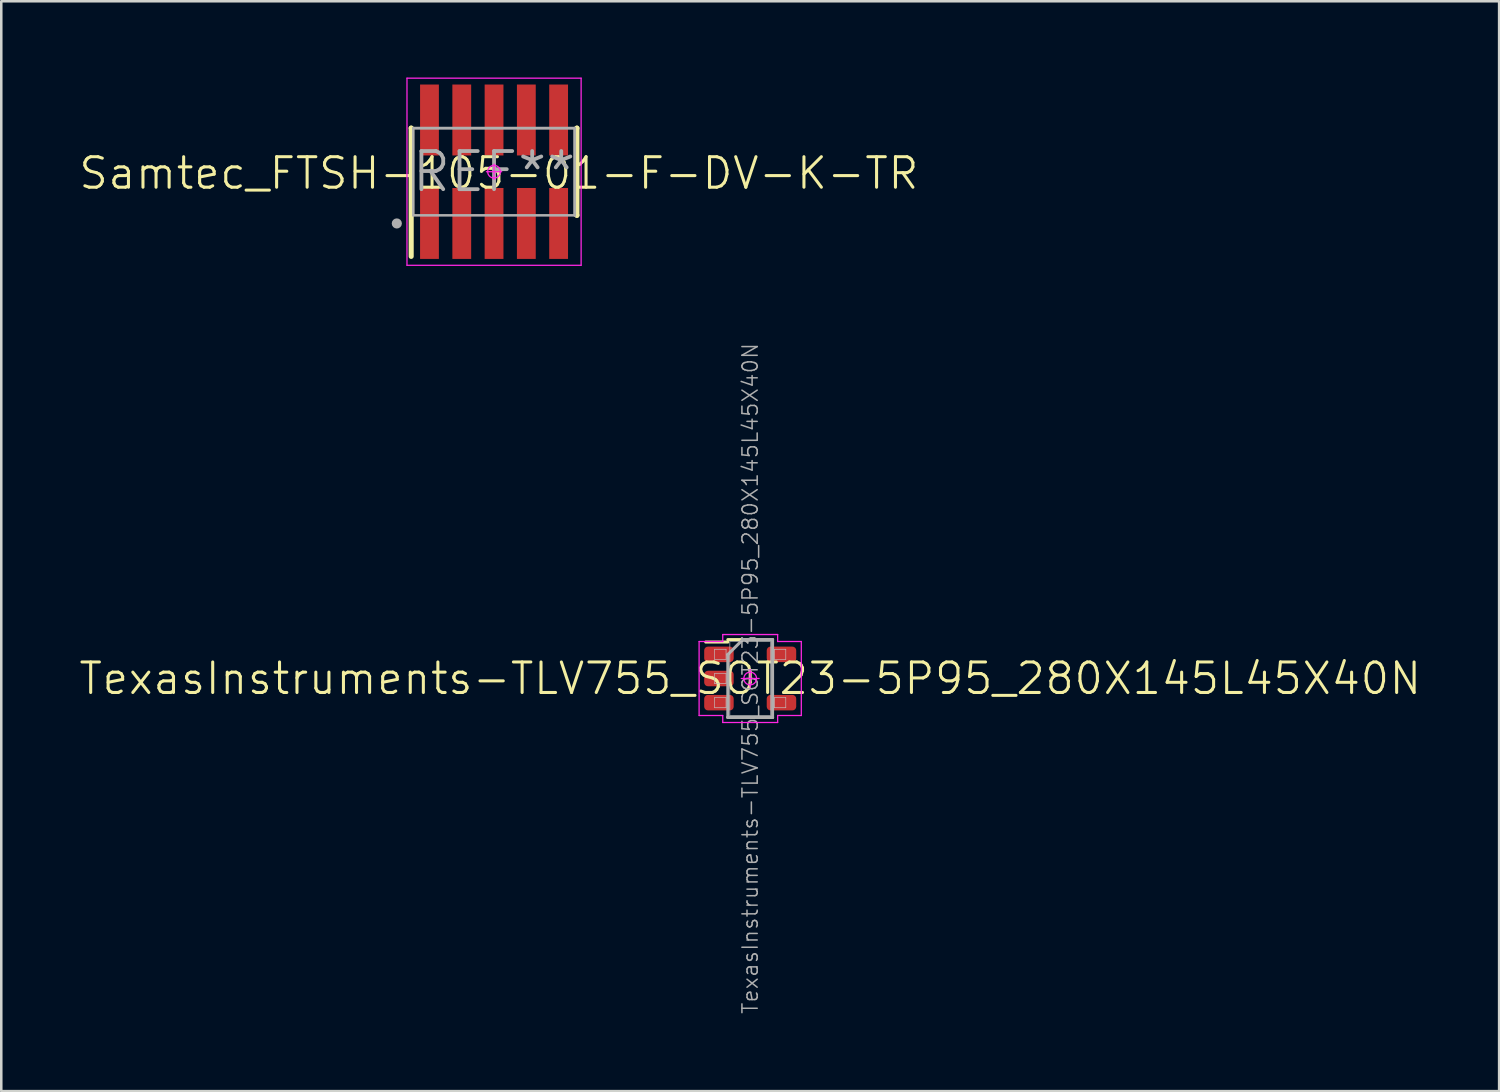
<source format=kicad_pcb>
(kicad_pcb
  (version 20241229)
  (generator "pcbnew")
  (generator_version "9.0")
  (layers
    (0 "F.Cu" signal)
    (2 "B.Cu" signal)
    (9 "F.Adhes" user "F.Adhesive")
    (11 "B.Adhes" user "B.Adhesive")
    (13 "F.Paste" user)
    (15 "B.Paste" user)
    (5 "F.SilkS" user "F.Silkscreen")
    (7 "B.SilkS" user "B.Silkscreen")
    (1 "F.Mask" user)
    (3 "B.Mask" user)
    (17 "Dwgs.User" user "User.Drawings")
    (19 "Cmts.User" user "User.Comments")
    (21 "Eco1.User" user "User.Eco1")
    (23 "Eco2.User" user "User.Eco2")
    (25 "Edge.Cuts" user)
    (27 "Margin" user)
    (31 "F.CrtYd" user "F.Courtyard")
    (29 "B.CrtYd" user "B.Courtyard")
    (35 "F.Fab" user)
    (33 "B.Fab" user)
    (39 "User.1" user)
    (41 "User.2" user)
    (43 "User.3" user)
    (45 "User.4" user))
  (footprint "TexasInstruments-TLV755_SOT23-5P95_280X145L45X40N"
    (layer "F.Cu")
    (at 26.46 23.64)
    (property "Reference" "TexasInstruments-TLV755_SOT23-5P95_280X145L45X40N" (at 0 0 0) (layer "F.SilkS") (effects (font (size 1.2 1.2) (thickness 0.12))))
    (attr smd)
    (fp_line (start -0.88 -1.53) (end 0.88 -1.53) (stroke (width 0.12) (type solid)) (layer "F.SilkS"))
    (fp_line (start -0.88 -1.435) (end -1.75 -1.435) (stroke (width 0.12) (type solid)) (layer "F.SilkS"))
    (fp_line (start -0.88 1.53) (end 0.88 1.53) (stroke (width 0.12) (type solid)) (layer "F.SilkS"))
    (fp_line (start -1.4 -1.15) (end -0.95 -1.15) (stroke (width 0.025) (type solid)) (layer "Dwgs.User"))
    (fp_line (start -1.4 -0.75) (end -1.4 -1.15) (stroke (width 0.025) (type solid)) (layer "Dwgs.User"))
    (fp_line (start -1.4 -0.2) (end -0.95 -0.2) (stroke (width 0.025) (type solid)) (layer "Dwgs.User"))
    (fp_line (start -1.4 0.2) (end -1.4 -0.2) (stroke (width 0.025) (type solid)) (layer "Dwgs.User"))
    (fp_line (start -1.4 0.75) (end -0.95 0.75) (stroke (width 0.025) (type solid)) (layer "Dwgs.User"))
    (fp_line (start -1.4 1.15) (end -1.4 0.75) (stroke (width 0.025) (type solid)) (layer "Dwgs.User"))
    (fp_line (start -0.95 -1.15) (end -0.95 -0.75) (stroke (width 0.025) (type solid)) (layer "Dwgs.User"))
    (fp_line (start -0.95 -0.75) (end -1.4 -0.75) (stroke (width 0.025) (type solid)) (layer "Dwgs.User"))
    (fp_line (start -0.95 -0.2) (end -0.95 0.2) (stroke (width 0.025) (type solid)) (layer "Dwgs.User"))
    (fp_line (start -0.95 0.2) (end -1.4 0.2) (stroke (width 0.025) (type solid)) (layer "Dwgs.User"))
    (fp_line (start -0.95 0.75) (end -0.95 1.15) (stroke (width 0.025) (type solid)) (layer "Dwgs.User"))
    (fp_line (start -0.95 1.15) (end -1.4 1.15) (stroke (width 0.025) (type solid)) (layer "Dwgs.User"))
    (fp_line (start -0.8 -1.45) (end 0.8 -1.45) (stroke (width 0.025) (type solid)) (layer "Dwgs.User"))
    (fp_line (start -0.8 1.45) (end -0.8 -1.45) (stroke (width 0.025) (type solid)) (layer "Dwgs.User"))
    (fp_line (start 0.8 -1.45) (end 0.8 1.45) (stroke (width 0.025) (type solid)) (layer "Dwgs.User"))
    (fp_line (start 0.8 1.45) (end -0.8 1.45) (stroke (width 0.025) (type solid)) (layer "Dwgs.User"))
    (fp_line (start 0.95 -1.15) (end 1.4 -1.15) (stroke (width 0.025) (type solid)) (layer "Dwgs.User"))
    (fp_line (start 0.95 -0.75) (end 0.95 -1.15) (stroke (width 0.025) (type solid)) (layer "Dwgs.User"))
    (fp_line (start 0.95 0.75) (end 1.4 0.75) (stroke (width 0.025) (type solid)) (layer "Dwgs.User"))
    (fp_line (start 0.95 1.15) (end 0.95 0.75) (stroke (width 0.025) (type solid)) (layer "Dwgs.User"))
    (fp_line (start 1.4 -1.15) (end 1.4 -0.75) (stroke (width 0.025) (type solid)) (layer "Dwgs.User"))
    (fp_line (start 1.4 -0.75) (end 0.95 -0.75) (stroke (width 0.025) (type solid)) (layer "Dwgs.User"))
    (fp_line (start 1.4 0.75) (end 1.4 1.15) (stroke (width 0.025) (type solid)) (layer "Dwgs.User"))
    (fp_line (start 1.4 1.15) (end 0.95 1.15) (stroke (width 0.025) (type solid)) (layer "Dwgs.User"))
    (fp_line (start -2.01 -1.455) (end -2.01 1.455) (stroke (width 0.05) (type solid)) (layer "F.CrtYd"))
    (fp_line (start -2.01 1.455) (end -1.08 1.455) (stroke (width 0.05) (type solid)) (layer "F.CrtYd"))
    (fp_line (start -1.08 -1.73) (end -1.08 -1.455) (stroke (width 0.05) (type solid)) (layer "F.CrtYd"))
    (fp_line (start -1.08 -1.455) (end -2.01 -1.455) (stroke (width 0.05) (type solid)) (layer "F.CrtYd"))
    (fp_line (start -1.08 1.455) (end -1.08 1.73) (stroke (width 0.05) (type solid)) (layer "F.CrtYd"))
    (fp_line (start -1.08 1.73) (end 1.08 1.73) (stroke (width 0.05) (type solid)) (layer "F.CrtYd"))
    (fp_line (start 0 -0.35) (end 0 0.35) (stroke (width 0.05) (type solid)) (layer "F.CrtYd"))
    (fp_line (start 0.35 0) (end -0.35 0) (stroke (width 0.05) (type solid)) (layer "F.CrtYd"))
    (fp_line (start 1.08 -1.73) (end -1.08 -1.73) (stroke (width 0.05) (type solid)) (layer "F.CrtYd"))
    (fp_line (start 1.08 -1.455) (end 1.08 -1.73) (stroke (width 0.05) (type solid)) (layer "F.CrtYd"))
    (fp_line (start 1.08 1.455) (end 2.01 1.455) (stroke (width 0.05) (type solid)) (layer "F.CrtYd"))
    (fp_line (start 1.08 1.73) (end 1.08 1.455) (stroke (width 0.05) (type solid)) (layer "F.CrtYd"))
    (fp_line (start 2.01 -1.455) (end 1.08 -1.455) (stroke (width 0.05) (type solid)) (layer "F.CrtYd"))
    (fp_line (start 2.01 1.455) (end 2.01 -1.455) (stroke (width 0.05) (type solid)) (layer "F.CrtYd"))
    (fp_circle (center 0 0) (end 0 0.25) (stroke (width 0.05) (type solid)) (fill no) (layer "F.CrtYd"))
    (fp_line (start -0.88 -0.943) (end -0.293 -1.53) (stroke (width 0.12) (type solid)) (layer "F.Fab"))
    (fp_line (start -0.88 1.53) (end -0.88 -0.943) (stroke (width 0.12) (type solid)) (layer "F.Fab"))
    (fp_line (start -0.293 -1.53) (end 0.88 -1.53) (stroke (width 0.12) (type solid)) (layer "F.Fab"))
    (fp_line (start 0.88 -1.53) (end 0.88 1.53) (stroke (width 0.12) (type solid)) (layer "F.Fab"))
    (fp_line (start 0.88 1.53) (end -0.88 1.53) (stroke (width 0.12) (type solid)) (layer "F.Fab"))
    (fp_text user "${REFERENCE}" (at 0 0 270) (layer "F.Fab") (effects (font (size 0.6 0.6) (thickness 0.06))))
    (pad "1" smd roundrect (at -1.23 -0.95) (size 1.16 0.61) (layers "F.Cu" "F.Mask" "F.Paste") (roundrect_rratio 0.246))
    (pad "2" smd roundrect (at -1.23 0) (size 1.16 0.61) (layers "F.Cu" "F.Mask" "F.Paste") (roundrect_rratio 0.246))
    (pad "3" smd roundrect (at -1.23 0.95) (size 1.16 0.61) (layers "F.Cu" "F.Mask" "F.Paste") (roundrect_rratio 0.246))
    (pad "4" smd roundrect (at 1.23 0.95) (size 1.16 0.61) (layers "F.Cu" "F.Mask" "F.Paste") (roundrect_rratio 0.246))
    (pad "5" smd roundrect (at 1.23 -0.95) (size 1.16 0.61) (layers "F.Cu" "F.Mask" "F.Paste") (roundrect_rratio 0.246)))
  (footprint "Samtec_FTSH-105-01-F-DV-K-TR"
    (layer "F.Cu")
    (at 16.384 3.705)
    (property "Reference" "Samtec_FTSH-105-01-F-DV-K-TR" (at 0.19 0.06 0) (layer "F.SilkS") (effects (font (size 1.2 1.2) (thickness 0.12))))
    (attr through_hole)
    (fp_line (start -3.26 -1.715) (end -3.26 -1.715) (stroke (width 0.2) (type solid)) (layer "F.SilkS"))
    (fp_line (start -3.26 3.33) (end -3.26 -1.715) (stroke (width 0.2) (type solid)) (layer "F.SilkS"))
    (fp_line (start 3.26 -1.715) (end 3.26 -1.715) (stroke (width 0.2) (type solid)) (layer "F.SilkS"))
    (fp_line (start 3.26 -1.715) (end 3.26 1.715) (stroke (width 0.2) (type solid)) (layer "F.SilkS"))
    (fp_line (start 3.26 1.715) (end 3.26 1.715) (stroke (width 0.2) (type solid)) (layer "F.SilkS"))
    (fp_line (start -3.425 -3.68) (end 3.425 -3.68) (stroke (width 0.05) (type solid)) (layer "F.CrtYd"))
    (fp_line (start -3.425 3.68) (end -3.425 -3.68) (stroke (width 0.05) (type solid)) (layer "F.CrtYd"))
    (fp_line (start 0 -0.3) (end 0 0.3) (stroke (width 0.05) (type solid)) (layer "F.CrtYd"))
    (fp_line (start 0.3 0) (end -0.3 0) (stroke (width 0.05) (type solid)) (layer "F.CrtYd"))
    (fp_line (start 3.425 -3.68) (end 3.425 3.68) (stroke (width 0.05) (type solid)) (layer "F.CrtYd"))
    (fp_line (start 3.425 3.68) (end -3.425 3.68) (stroke (width 0.05) (type solid)) (layer "F.CrtYd"))
    (fp_circle (center 0 0) (end 0.25 0) (stroke (width 0.05) (type solid)) (fill no) (layer "F.CrtYd"))
    (fp_line (start -3.175 -1.715) (end 3.175 -1.715) (stroke (width 0.1) (type solid)) (layer "F.Fab"))
    (fp_line (start -3.175 -1.715) (end 3.175 -1.715) (stroke (width 0.1) (type solid)) (layer "F.Fab"))
    (fp_line (start -3.175 1.715) (end -3.175 -1.715) (stroke (width 0.1) (type solid)) (layer "F.Fab"))
    (fp_line (start 3.175 -1.715) (end 3.175 1.715) (stroke (width 0.1) (type solid)) (layer "F.Fab"))
    (fp_line (start 3.175 -1.715) (end 3.175 1.715) (stroke (width 0.1) (type solid)) (layer "F.Fab"))
    (fp_line (start 3.175 1.715) (end -3.175 1.715) (stroke (width 0.1) (type solid)) (layer "F.Fab"))
    (fp_circle (center -3.825 2.035) (end -3.725 2.035) (stroke (width 0.2) (type solid)) (fill no) (layer "F.Fab"))
    (fp_text user "REF**" (at 0 0 0) (layer "F.Fab") (effects (font (size 1.5 1.5) (thickness 0.15))))
    (pad "01" smd rect (at -2.54 2.035) (size 0.74 2.79) (layers "F.Cu" "F.Mask"))
    (pad "02" smd rect (at -2.54 -2.035) (size 0.74 2.79) (layers "F.Cu" "F.Mask"))
    (pad "03" smd rect (at -1.27 2.035) (size 0.74 2.79) (layers "F.Cu" "F.Mask"))
    (pad "04" smd rect (at -1.27 -2.035) (size 0.74 2.79) (layers "F.Cu" "F.Mask"))
    (pad "05" smd rect (at 0 2.035) (size 0.74 2.79) (layers "F.Cu" "F.Mask"))
    (pad "06" smd rect (at 0 -2.035) (size 0.74 2.79) (layers "F.Cu" "F.Mask"))
    (pad "07" smd rect (at 1.27 2.035) (size 0.74 2.79) (layers "F.Cu" "F.Mask"))
    (pad "08" smd rect (at 1.27 -2.035) (size 0.74 2.79) (layers "F.Cu" "F.Mask"))
    (pad "09" smd rect (at 2.54 2.035) (size 0.74 2.79) (layers "F.Cu" "F.Mask"))
    (pad "10" smd rect (at 2.54 -2.035) (size 0.74 2.79) (layers "F.Cu" "F.Mask")))
  (gr_rect
    (start -3 -3)
    (end 55.92 39.87)
    (stroke (width 0.1) (type default))
    (fill no)
    (layer "Edge.Cuts")))
</source>
